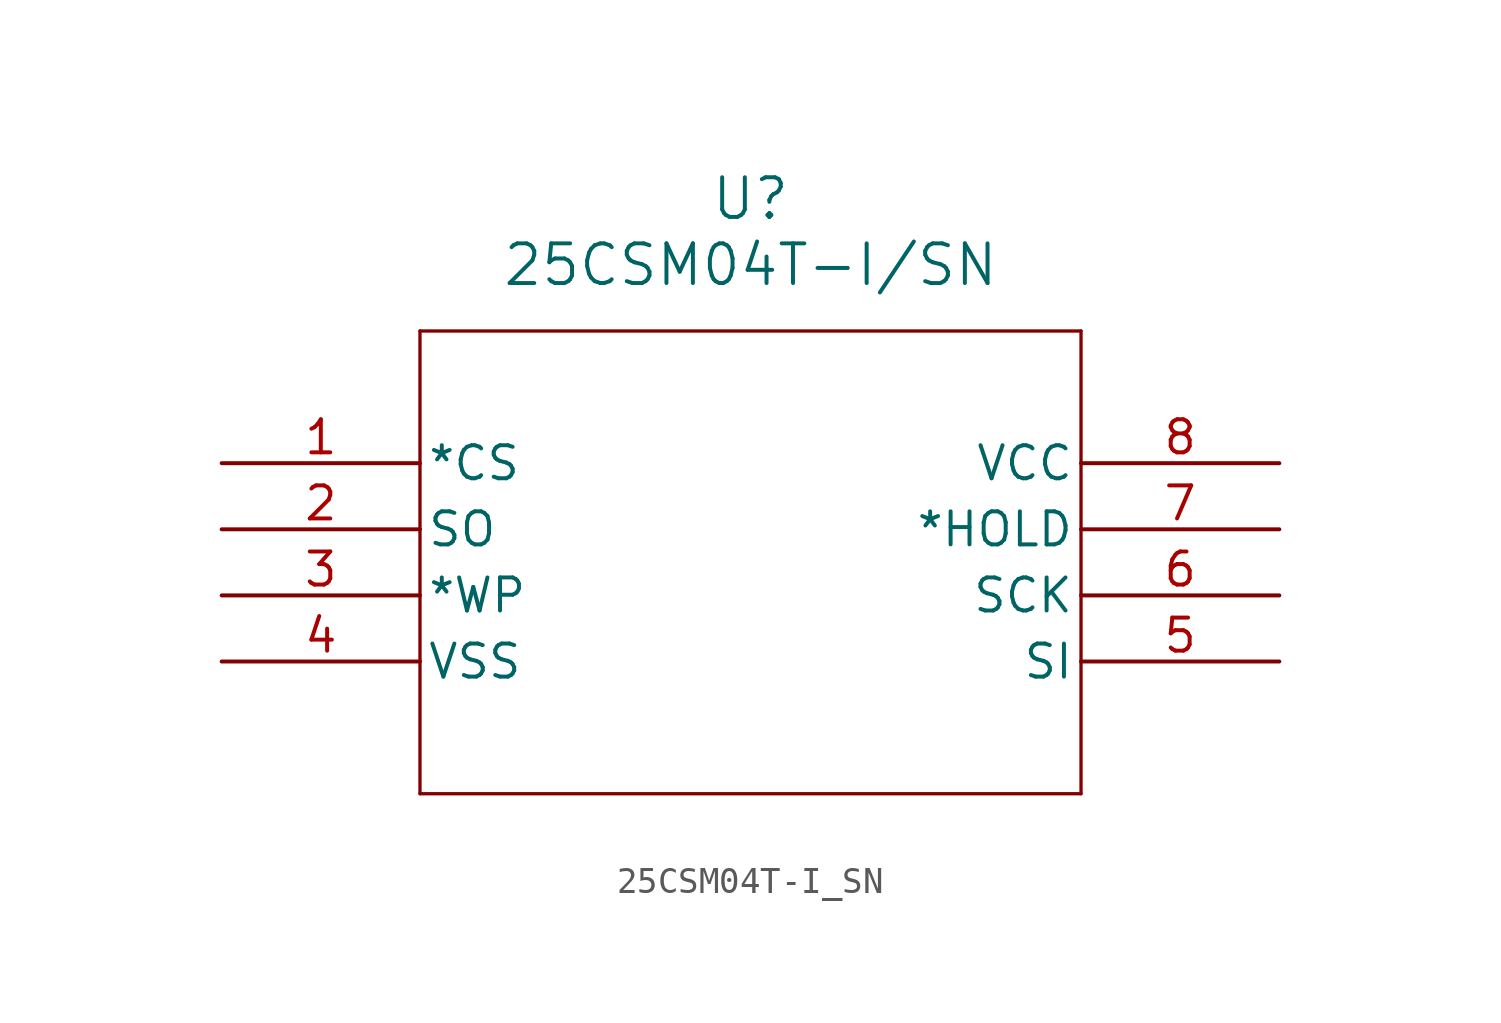
<source format=kicad_sym>
(kicad_symbol_lib
  (version 20211014)
  (generator kicad_symbol_editor)
  (symbol "25CSM04T-I_SN"
    (pin_names
      (offset 0.254))
    (property "Reference" "U"
      (at 20.32 10.16 0)
      (effects (font (size 1.524 1.524))))
    (property "Value" "25CSM04T-I/SN"
      (at 20.32 7.62 0)
      (effects (font (size 1.524 1.524))))
    (symbol "25CSM04T-I_SN_0_1"
      (polyline (pts (xy 7.62 5.08) (xy 7.62 -12.7)) (stroke (width 0.127) (type default) (color 0 0 0 0)) (fill (type none)))
      (polyline (pts (xy 7.62 -12.7) (xy 33.02 -12.7)) (stroke (width 0.127) (type default) (color 0 0 0 0)) (fill (type none)))
      (polyline (pts (xy 33.02 -12.7) (xy 33.02 5.08)) (stroke (width 0.127) (type default) (color 0 0 0 0)) (fill (type none)))
      (polyline (pts (xy 33.02 5.08) (xy 7.62 5.08)) (stroke (width 0.127) (type default) (color 0 0 0 0)) (fill (type none)))
      (pin input line (at 0 0 0) (length 7.62) (name "*CS" (effects (font (size 1.27 1.27)))) (number "1" (effects (font (size 1.27 1.27)))))
      (pin output line (at 0 -2.54 0) (length 7.62) (name "SO" (effects (font (size 1.27 1.27)))) (number "2" (effects (font (size 1.27 1.27)))))
      (pin input line (at 0 -5.08 0) (length 7.62) (name "*WP" (effects (font (size 1.27 1.27)))) (number "3" (effects (font (size 1.27 1.27)))))
      (pin power_out line (at 0 -7.62 0) (length 7.62) (name "VSS" (effects (font (size 1.27 1.27)))) (number "4" (effects (font (size 1.27 1.27)))))
      (pin input line (at 40.64 -7.62 180) (length 7.62) (name "SI" (effects (font (size 1.27 1.27)))) (number "5" (effects (font (size 1.27 1.27)))))
      (pin input line (at 40.64 -5.08 180) (length 7.62) (name "SCK" (effects (font (size 1.27 1.27)))) (number "6" (effects (font (size 1.27 1.27)))))
      (pin input line (at 40.64 -2.54 180) (length 7.62) (name "*HOLD" (effects (font (size 1.27 1.27)))) (number "7" (effects (font (size 1.27 1.27)))))
      (pin power_in line (at 40.64 0 180) (length 7.62) (name "VCC" (effects (font (size 1.27 1.27)))) (number "8" (effects (font (size 1.27 1.27))))))))
</source>
